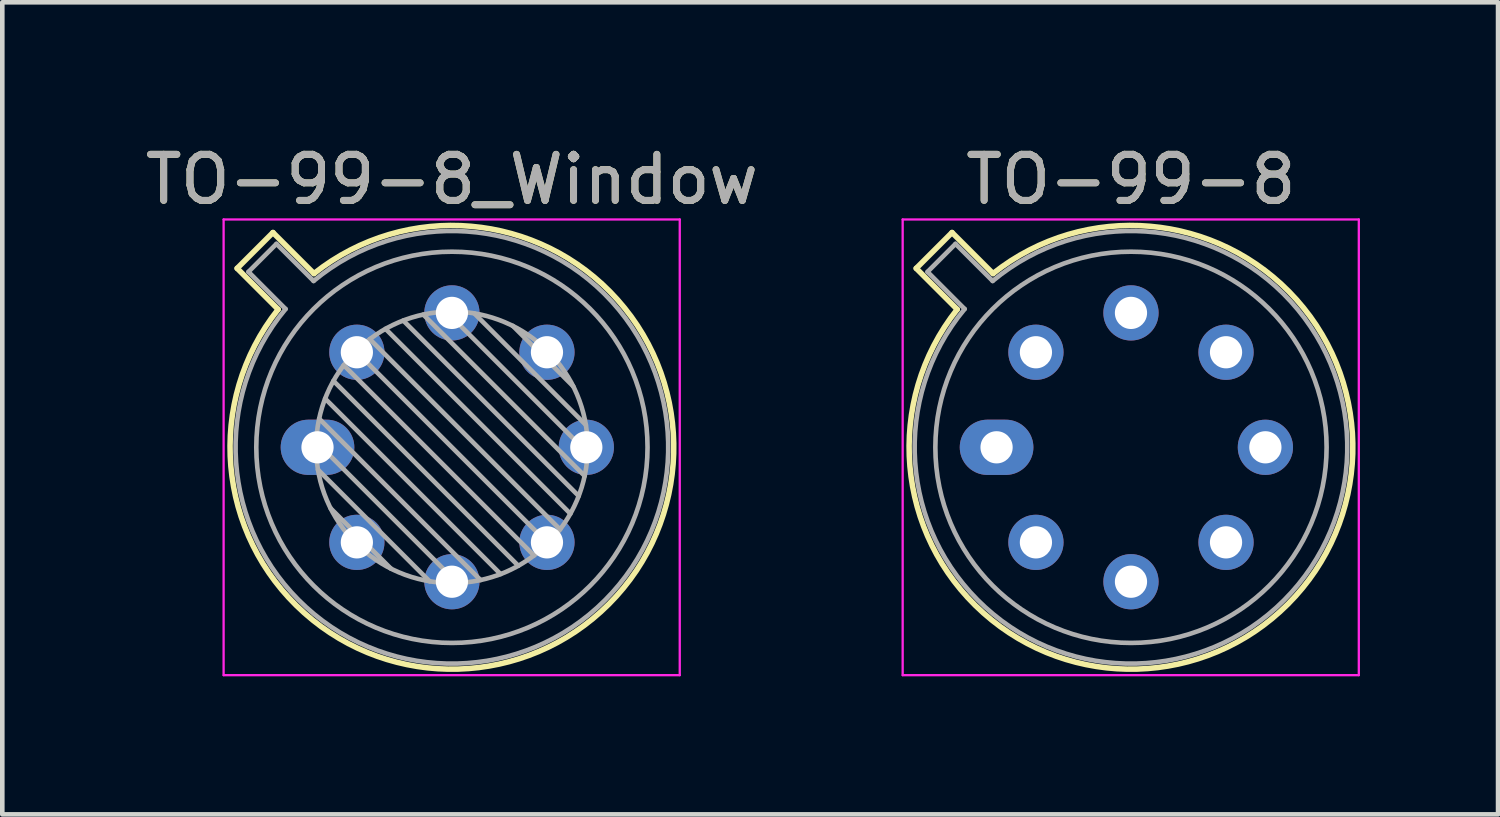
<source format=kicad_pcb>
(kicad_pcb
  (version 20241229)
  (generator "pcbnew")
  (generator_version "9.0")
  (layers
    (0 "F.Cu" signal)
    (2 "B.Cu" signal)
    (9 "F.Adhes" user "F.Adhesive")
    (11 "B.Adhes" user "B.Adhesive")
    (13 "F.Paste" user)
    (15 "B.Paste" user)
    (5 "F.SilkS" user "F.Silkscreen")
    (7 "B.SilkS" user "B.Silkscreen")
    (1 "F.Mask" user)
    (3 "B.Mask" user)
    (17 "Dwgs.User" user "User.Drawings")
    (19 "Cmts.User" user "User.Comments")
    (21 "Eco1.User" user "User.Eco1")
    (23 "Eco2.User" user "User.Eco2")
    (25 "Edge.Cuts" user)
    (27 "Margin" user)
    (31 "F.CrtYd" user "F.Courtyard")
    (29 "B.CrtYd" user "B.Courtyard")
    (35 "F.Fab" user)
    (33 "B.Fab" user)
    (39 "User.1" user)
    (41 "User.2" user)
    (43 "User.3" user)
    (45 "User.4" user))
  (footprint "TO-99-8_Window"
    (layer "F.Cu")
    (at 3.848 6.668)
    (property "Reference" "TO-99-8_Window" (at 2.92 -5.82 0) (layer "F.SilkS") (effects (font (size 1 1) (thickness 0.15))))
    (attr through_hole)
    (fp_line (start -1.746 -3.888) (end -0.855 -2.997) (stroke (width 0.12) (type solid)) (layer "F.SilkS"))
    (fp_line (start -0.968 -4.666) (end -1.746 -3.888) (stroke (width 0.12) (type solid)) (layer "F.SilkS"))
    (fp_line (start -0.077 -3.775) (end -0.968 -4.666) (stroke (width 0.12) (type solid)) (layer "F.SilkS"))
    (fp_arc (start -0.077084 -3.774902) (mid 6.328125 3.408384) (end -0.854674 -2.997371) (stroke (width 0.12) (type solid)) (layer "F.SilkS"))
    (fp_line (start -2.04 -4.95) (end -2.04 4.95) (stroke (width 0.05) (type solid)) (layer "F.CrtYd"))
    (fp_line (start -2.04 4.95) (end 7.87 4.95) (stroke (width 0.05) (type solid)) (layer "F.CrtYd"))
    (fp_line (start 7.87 -4.95) (end -2.04 -4.95) (stroke (width 0.05) (type solid)) (layer "F.CrtYd"))
    (fp_line (start 7.87 4.95) (end 7.87 -4.95) (stroke (width 0.05) (type solid)) (layer "F.CrtYd"))
    (fp_line (start -1.5 -3.812) (end -0.694 -3.005) (stroke (width 0.1) (type solid)) (layer "F.Fab"))
    (fp_line (start -0.892 -4.42) (end -1.5 -3.812) (stroke (width 0.1) (type solid)) (layer "F.Fab"))
    (fp_line (start -0.085 -3.614) (end -0.892 -4.42) (stroke (width 0.1) (type solid)) (layer "F.Fab"))
    (fp_line (start -0.028 -0.12) (end 3.04 2.948) (stroke (width 0.1) (type solid)) (layer "F.Fab"))
    (fp_line (start 0.009 0.485) (end 2.435 2.911) (stroke (width 0.1) (type solid)) (layer "F.Fab"))
    (fp_line (start 0.036 -0.622) (end 3.542 2.884) (stroke (width 0.1) (type solid)) (layer "F.Fab"))
    (fp_line (start 0.165 -1.058) (end 3.978 2.755) (stroke (width 0.1) (type solid)) (layer "F.Fab"))
    (fp_line (start 0.283 1.324) (end 1.596 2.637) (stroke (width 0.1) (type solid)) (layer "F.Fab"))
    (fp_line (start 0.346 -1.443) (end 4.363 2.574) (stroke (width 0.1) (type solid)) (layer "F.Fab"))
    (fp_line (start 0.57 -1.784) (end 4.704 2.35) (stroke (width 0.1) (type solid)) (layer "F.Fab"))
    (fp_line (start 0.834 -2.086) (end 5.006 2.086) (stroke (width 0.1) (type solid)) (layer "F.Fab"))
    (fp_line (start 1.136 -2.35) (end 5.27 1.784) (stroke (width 0.1) (type solid)) (layer "F.Fab"))
    (fp_line (start 1.477 -2.574) (end 5.494 1.443) (stroke (width 0.1) (type solid)) (layer "F.Fab"))
    (fp_line (start 1.862 -2.755) (end 5.675 1.058) (stroke (width 0.1) (type solid)) (layer "F.Fab"))
    (fp_line (start 2.298 -2.884) (end 5.804 0.622) (stroke (width 0.1) (type solid)) (layer "F.Fab"))
    (fp_line (start 2.8 -2.948) (end 5.868 0.12) (stroke (width 0.1) (type solid)) (layer "F.Fab"))
    (fp_line (start 3.405 -2.911) (end 5.831 -0.485) (stroke (width 0.1) (type solid)) (layer "F.Fab"))
    (fp_line (start 4.244 -2.637) (end 5.557 -1.324) (stroke (width 0.1) (type solid)) (layer "F.Fab"))
    (fp_arc (start -0.085408 -3.61352) (mid 6.243443 3.323361) (end -0.693594 -3.005319) (stroke (width 0.1) (type solid)) (layer "F.Fab"))
    (fp_circle (center 2.92 0) (end 5.87 0) (stroke (width 0.1) (type solid)) (fill no) (layer "F.Fab"))
    (fp_circle (center 2.92 0) (end 7.17 0) (stroke (width 0.1) (type solid)) (fill no) (layer "F.Fab"))
    (fp_text user "${REFERENCE}" (at 2.92 -5.82 0) (layer "F.Fab") (effects (font (size 1 1) (thickness 0.15))))
    (pad "1" thru_hole oval (at 0 0) (size 1.6 1.2) (drill 0.7) (layers "*.Cu" "*.Mask"))
    (pad "2" thru_hole oval (at 0.855 2.065) (size 1.2 1.2) (drill 0.7) (layers "*.Cu" "*.Mask"))
    (pad "3" thru_hole oval (at 2.92 2.92) (size 1.2 1.2) (drill 0.7) (layers "*.Cu" "*.Mask"))
    (pad "4" thru_hole oval (at 4.985 2.065) (size 1.2 1.2) (drill 0.7) (layers "*.Cu" "*.Mask"))
    (pad "5" thru_hole oval (at 5.84 0) (size 1.2 1.2) (drill 0.7) (layers "*.Cu" "*.Mask"))
    (pad "6" thru_hole oval (at 4.985 -2.065) (size 1.2 1.2) (drill 0.7) (layers "*.Cu" "*.Mask"))
    (pad "7" thru_hole oval (at 2.92 -2.92) (size 1.2 1.2) (drill 0.7) (layers "*.Cu" "*.Mask"))
    (pad "8" thru_hole oval (at 0.855 -2.065) (size 1.2 1.2) (drill 0.7) (layers "*.Cu" "*.Mask")))
  (footprint "TO-99-8"
    (layer "F.Cu")
    (at 18.601 6.668)
    (property "Reference" "TO-99-8" (at 2.92 -5.82 0) (layer "F.SilkS") (effects (font (size 1 1) (thickness 0.15))))
    (attr through_hole)
    (fp_line (start -1.746 -3.888) (end -0.855 -2.997) (stroke (width 0.12) (type solid)) (layer "F.SilkS"))
    (fp_line (start -0.968 -4.666) (end -1.746 -3.888) (stroke (width 0.12) (type solid)) (layer "F.SilkS"))
    (fp_line (start -0.077 -3.775) (end -0.968 -4.666) (stroke (width 0.12) (type solid)) (layer "F.SilkS"))
    (fp_arc (start -0.077084 -3.774902) (mid 6.328125 3.408384) (end -0.854674 -2.997371) (stroke (width 0.12) (type solid)) (layer "F.SilkS"))
    (fp_line (start -2.04 -4.95) (end -2.04 4.95) (stroke (width 0.05) (type solid)) (layer "F.CrtYd"))
    (fp_line (start -2.04 4.95) (end 7.87 4.95) (stroke (width 0.05) (type solid)) (layer "F.CrtYd"))
    (fp_line (start 7.87 -4.95) (end -2.04 -4.95) (stroke (width 0.05) (type solid)) (layer "F.CrtYd"))
    (fp_line (start 7.87 4.95) (end 7.87 -4.95) (stroke (width 0.05) (type solid)) (layer "F.CrtYd"))
    (fp_line (start -1.5 -3.812) (end -0.694 -3.005) (stroke (width 0.1) (type solid)) (layer "F.Fab"))
    (fp_line (start -0.892 -4.42) (end -1.5 -3.812) (stroke (width 0.1) (type solid)) (layer "F.Fab"))
    (fp_line (start -0.085 -3.614) (end -0.892 -4.42) (stroke (width 0.1) (type solid)) (layer "F.Fab"))
    (fp_arc (start -0.085408 -3.61352) (mid 6.243443 3.323361) (end -0.693594 -3.005319) (stroke (width 0.1) (type solid)) (layer "F.Fab"))
    (fp_circle (center 2.92 0) (end 7.17 0) (stroke (width 0.1) (type solid)) (fill no) (layer "F.Fab"))
    (fp_text user "${REFERENCE}" (at 2.92 -5.82 0) (layer "F.Fab") (effects (font (size 1 1) (thickness 0.15))))
    (pad "1" thru_hole oval (at 0 0) (size 1.6 1.2) (drill 0.7) (layers "*.Cu" "*.Mask"))
    (pad "2" thru_hole oval (at 0.855 2.065) (size 1.2 1.2) (drill 0.7) (layers "*.Cu" "*.Mask"))
    (pad "3" thru_hole oval (at 2.92 2.92) (size 1.2 1.2) (drill 0.7) (layers "*.Cu" "*.Mask"))
    (pad "4" thru_hole oval (at 4.985 2.065) (size 1.2 1.2) (drill 0.7) (layers "*.Cu" "*.Mask"))
    (pad "5" thru_hole oval (at 5.84 0) (size 1.2 1.2) (drill 0.7) (layers "*.Cu" "*.Mask"))
    (pad "6" thru_hole oval (at 4.985 -2.065) (size 1.2 1.2) (drill 0.7) (layers "*.Cu" "*.Mask"))
    (pad "7" thru_hole oval (at 2.92 -2.92) (size 1.2 1.2) (drill 0.7) (layers "*.Cu" "*.Mask"))
    (pad "8" thru_hole oval (at 0.855 -2.065) (size 1.2 1.2) (drill 0.7) (layers "*.Cu" "*.Mask")))
  (gr_rect
    (start -3 -3)
    (end 29.496 14.643)
    (stroke (width 0.1) (type default))
    (fill no)
    (layer "Edge.Cuts")))
</source>
